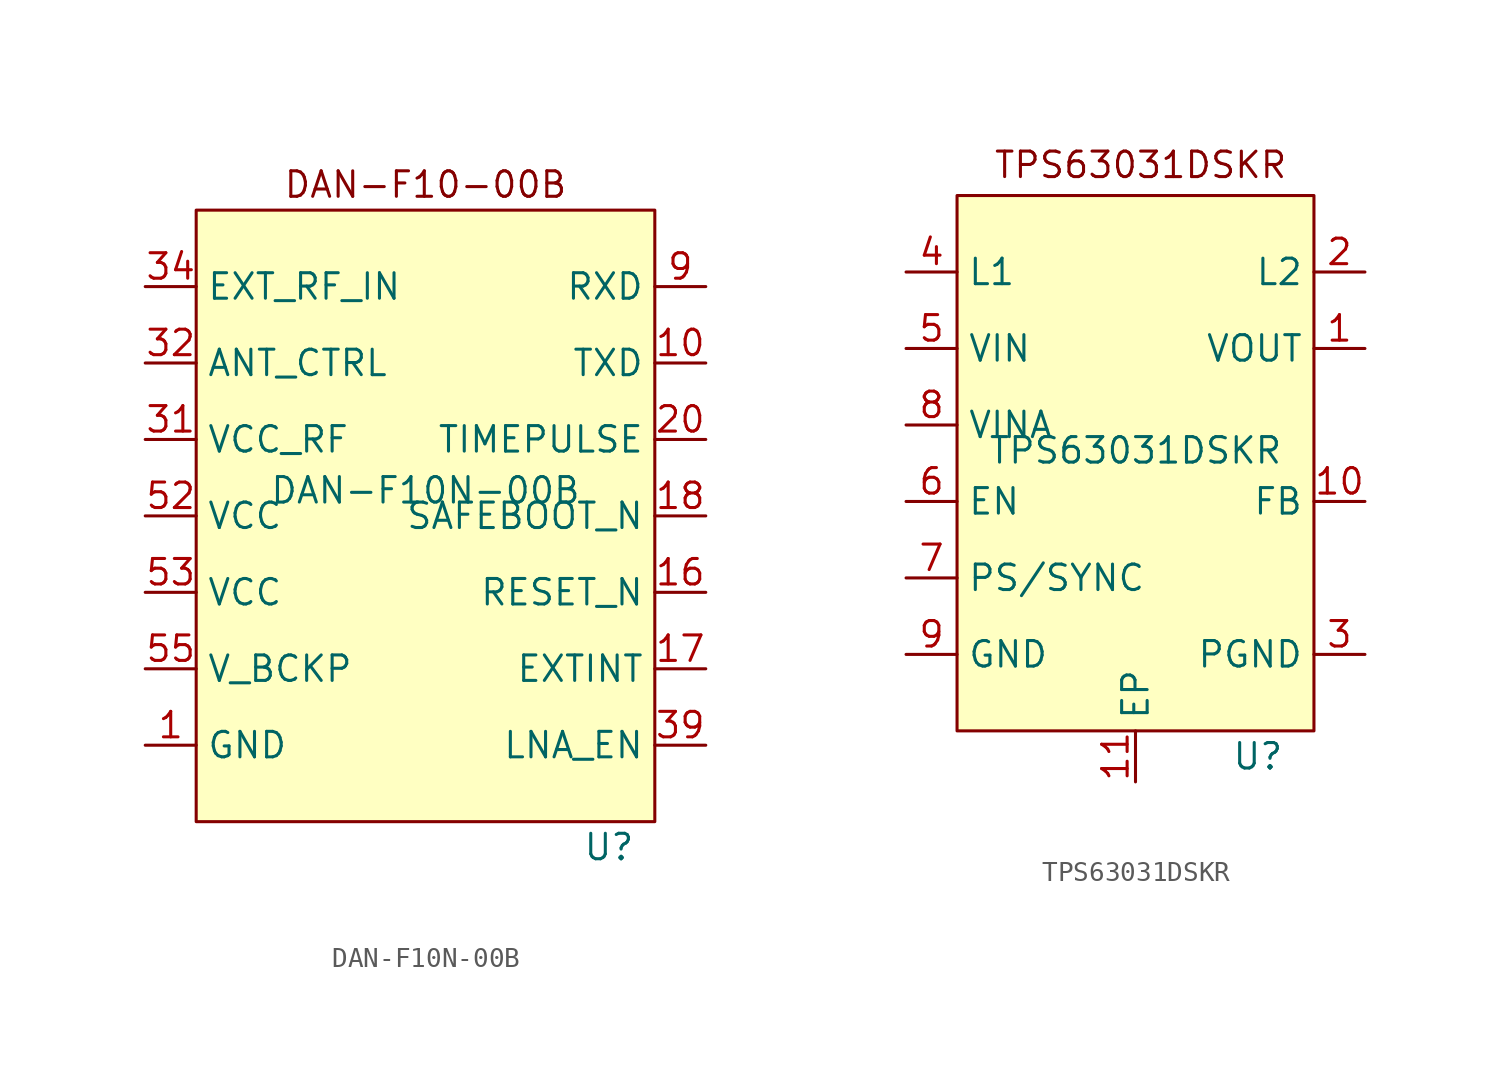
<source format=kicad_sym>
(kicad_symbol_lib
  (version 20241209)
  (generator "kicad_symbol_editor")
  (generator_version "9.0")
  (symbol "DAN-F10N-00B"
    (property "Reference" "U"
      (at 9.144 -17.78 0)
      (effects (font (size 1.27 1.27))))
    (property "Value" "DAN-F10N-00B"
      (at 0 0 0)
      (effects (font (size 1.27 1.27))))
    (symbol "DAN-F10N-00B_0_0"
      (pin input line (at -13.97 10.16 0) (length 2.54) (name "EXT_RF_IN" (effects (font (size 1.27 1.27)))) (number "34" (effects (font (size 1.27 1.27)))))
      (pin input line (at -13.97 6.35 0) (length 2.54) (name "ANT_CTRL" (effects (font (size 1.27 1.27)))) (number "32" (effects (font (size 1.27 1.27)))))
      (pin output line (at -13.97 2.54 0) (length 2.54) (name "VCC_RF" (effects (font (size 1.27 1.27)))) (number "31" (effects (font (size 1.27 1.27)))))
      (pin power_in line (at -13.97 -1.27 0) (length 2.54) (name "VCC" (effects (font (size 1.27 1.27)))) (number "52" (effects (font (size 1.27 1.27)))))
      (pin power_in line (at -13.97 -5.08 0) (length 2.54) (name "VCC" (effects (font (size 1.27 1.27)))) (number "53" (effects (font (size 1.27 1.27)))))
      (pin power_in line (at -13.97 -8.89 0) (length 2.54) (name "V_BCKP" (effects (font (size 1.27 1.27)))) (number "55" (effects (font (size 1.27 1.27)))))
      (pin input line (at -13.97 -12.7 0) (length 2.54) (name "GND" (effects (font (size 1.27 1.27)))) (number "1" (effects (font (size 1.27 1.27)))))
      (pin input line (at 13.97 10.16 180) (length 2.54) (name "RXD" (effects (font (size 1.27 1.27)))) (number "9" (effects (font (size 1.27 1.27)))))
      (pin open_emitter line (at 13.97 6.35 180) (length 2.54) (name "TXD" (effects (font (size 1.27 1.27)))) (number "10" (effects (font (size 1.27 1.27)))))
      (pin output line (at 13.97 2.54 180) (length 2.54) (name "TIMEPULSE" (effects (font (size 1.27 1.27)))) (number "20" (effects (font (size 1.27 1.27)))))
      (pin input line (at 13.97 -1.27 180) (length 2.54) (name "SAFEBOOT_N" (effects (font (size 1.27 1.27)))) (number "18" (effects (font (size 1.27 1.27)))))
      (pin tri_state line (at 13.97 -5.08 180) (length 2.54) (name "RESET_N" (effects (font (size 1.27 1.27)))) (number "16" (effects (font (size 1.27 1.27)))))
      (pin input line (at 13.97 -8.89 180) (length 2.54) (name "EXTINT" (effects (font (size 1.27 1.27)))) (number "17" (effects (font (size 1.27 1.27)))))
      (pin output line (at 13.97 -12.7 180) (length 2.54) (name "LNA_EN" (effects (font (size 1.27 1.27)))) (number "39" (effects (font (size 1.27 1.27))))))
    (symbol "DAN-F10N-00B_1_0"
      (pin no_connect line (at -7.62 16.51 270) (length 2.54) (hide yes) (name "NC" (effects (font (size 1.27 1.27)))) (number "11" (effects (font (size 1.27 1.27)))))
      (pin no_connect line (at -5.08 16.51 270) (length 2.54) (hide yes) (name "NC" (effects (font (size 1.27 1.27)))) (number "12" (effects (font (size 1.27 1.27)))))
      (pin no_connect line (at -2.54 16.51 270) (length 2.54) (hide yes) (name "NC" (effects (font (size 1.27 1.27)))) (number "24" (effects (font (size 1.27 1.27)))))
      (pin no_connect line (at 0 16.51 270) (length 2.54) (hide yes) (name "NC" (effects (font (size 1.27 1.27)))) (number "25" (effects (font (size 1.27 1.27)))))
      (pin unspecified line (at 2.54 16.51 270) (length 2.54) (hide yes) (name "NC" (effects (font (size 1.27 1.27)))) (number "36" (effects (font (size 1.27 1.27)))))
      (pin no_connect line (at 5.08 16.51 270) (length 2.54) (hide yes) (name "NC" (effects (font (size 1.27 1.27)))) (number "45" (effects (font (size 1.27 1.27)))))
      (pin no_connect line (at 7.62 16.51 270) (length 2.54) (hide yes) (name "NC" (effects (font (size 1.27 1.27)))) (number "46" (effects (font (size 1.27 1.27))))))
    (symbol "DAN-F10N-00B_1_1"
      (rectangle (start -11.43 13.97) (end 11.43 -16.51) (stroke (width 0) (type solid)) (fill (type background)))
      (text "DAN-F10-00B" (at 0 15.24 0) (effects (font (size 1.27 1.27))))))
  (symbol "TPS63031DSKR"
    (property "Reference" "U"
      (at 6.096 -15.24 0)
      (effects (font (size 1.27 1.27))))
    (property "Value" "TPS63031DSKR"
      (at 0 0 0)
      (effects (font (size 1.27 1.27))))
    (symbol "TPS63031DSKR_0_0"
      (pin input line (at -11.43 8.89 0) (length 2.54) (name "L1" (effects (font (size 1.27 1.27)))) (number "4" (effects (font (size 1.27 1.27)))))
      (pin power_in line (at -11.43 5.08 0) (length 2.54) (name "VIN" (effects (font (size 1.27 1.27)))) (number "5" (effects (font (size 1.27 1.27)))))
      (pin input line (at -11.43 1.27 0) (length 2.54) (name "VINA" (effects (font (size 1.27 1.27)))) (number "8" (effects (font (size 1.27 1.27)))))
      (pin input line (at -11.43 -6.35 0) (length 2.54) (name "PS/SYNC" (effects (font (size 1.27 1.27)))) (number "7" (effects (font (size 1.27 1.27)))))
      (pin unspecified line (at -11.43 -10.16 0) (length 2.54) (name "GND" (effects (font (size 1.27 1.27)))) (number "9" (effects (font (size 1.27 1.27)))))
      (pin unspecified line (at 0 -16.51 90) (length 2.54) (name "EP" (effects (font (size 1.27 1.27)))) (number "11" (effects (font (size 1.27 1.27)))))
      (pin input line (at 11.43 8.89 180) (length 2.54) (name "L2" (effects (font (size 1.27 1.27)))) (number "2" (effects (font (size 1.27 1.27)))))
      (pin power_out line (at 11.43 5.08 180) (length 2.54) (name "VOUT" (effects (font (size 1.27 1.27)))) (number "1" (effects (font (size 1.27 1.27)))))
      (pin input line (at 11.43 -2.54 180) (length 2.54) (name "FB" (effects (font (size 1.27 1.27)))) (number "10" (effects (font (size 1.27 1.27)))))
      (pin unspecified line (at 11.43 -10.16 180) (length 2.54) (name "PGND" (effects (font (size 1.27 1.27)))) (number "3" (effects (font (size 1.27 1.27))))))
    (symbol "TPS63031DSKR_1_0"
      (pin unspecified line (at -11.43 -2.54 0) (length 2.54) (name "EN" (effects (font (size 1.27 1.27)))) (number "6" (effects (font (size 1.27 1.27))))))
    (symbol "TPS63031DSKR_1_1"
      (rectangle (start -8.89 12.7) (end 8.89 -13.97) (stroke (width 0) (type solid)) (fill (type background)))
      (text "TPS63031DSKR" (at 0.254 14.224 0) (effects (font (size 1.27 1.27)))))))
</source>
